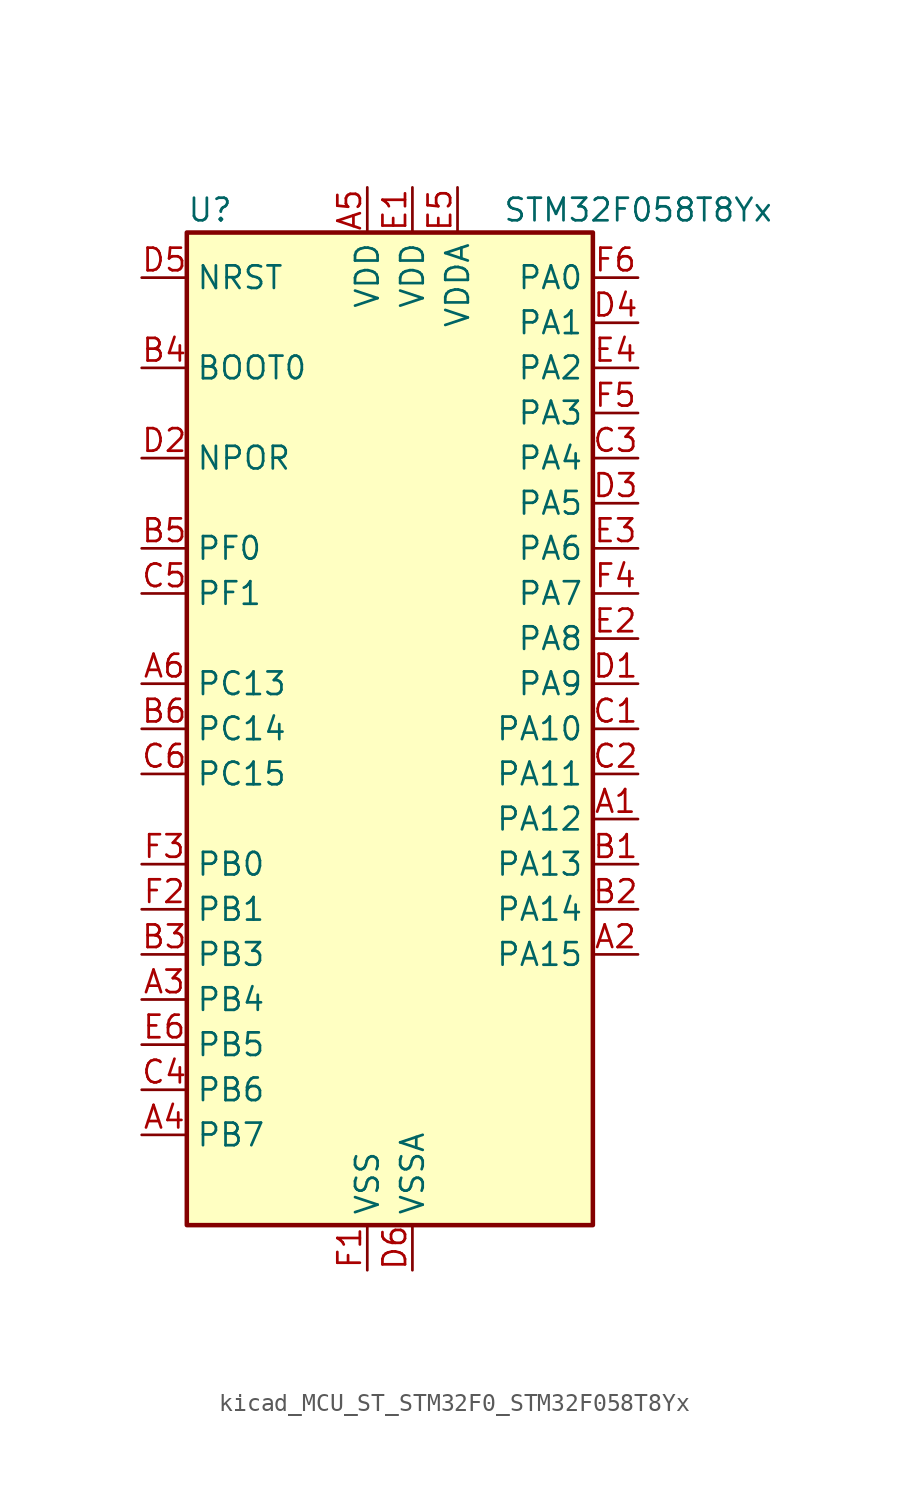
<source format=kicad_sym>
(kicad_symbol_lib
  (version 20220914)
  (generator kicad_symbol_editor)
  (symbol "kicad_MCU_ST_STM32F0_STM32F058T8Yx"
    (property "Reference" "U"
      (at -10.16 29.21 0)
      (effects (font (size 1.27 1.27)) (justify left)))
    (property "Value" "STM32F058T8Yx"
      (at 7.62 29.21 0)
      (effects (font (size 1.27 1.27)) (justify left)))
    (property "ki_locked" ""
      (at 0 0 0)
      (effects (font (size 1.27 1.27))))
    (symbol "kicad_MCU_ST_STM32F0_STM32F058T8Yx_0_1"
      (rectangle (start -10.16 -27.94) (end 12.7 27.94) (stroke (width 0.254) (type default)) (fill (type background))))
    (symbol "kicad_MCU_ST_STM32F0_STM32F058T8Yx_1_1"
      (pin bidirectional line (at 15.24 -5.08 180) (length 2.54) (name "PA12" (effects (font (size 1.27 1.27)))) (number "A1" (effects (font (size 1.27 1.27)))) (alternate "COMP2_OUT" bidirectional line) (alternate "TIM1_ETR" bidirectional line) (alternate "TSC_G4_IO4" bidirectional line) (alternate "USART1_DE" bidirectional line) (alternate "USART1_RTS" bidirectional line))
      (pin bidirectional line (at 15.24 -12.7 180) (length 2.54) (name "PA15" (effects (font (size 1.27 1.27)))) (number "A2" (effects (font (size 1.27 1.27)))) (alternate "I2S1_WS" bidirectional line) (alternate "SPI1_NSS" bidirectional line) (alternate "TIM2_CH1" bidirectional line) (alternate "TIM2_ETR" bidirectional line) (alternate "USART2_RX" bidirectional line))
      (pin bidirectional line (at -12.7 -15.24 0) (length 2.54) (name "PB4" (effects (font (size 1.27 1.27)))) (number "A3" (effects (font (size 1.27 1.27)))) (alternate "I2S1_MCK" bidirectional line) (alternate "SPI1_MISO" bidirectional line) (alternate "TIM3_CH1" bidirectional line) (alternate "TSC_G5_IO2" bidirectional line))
      (pin bidirectional line (at -12.7 -22.86 0) (length 2.54) (name "PB7" (effects (font (size 1.27 1.27)))) (number "A4" (effects (font (size 1.27 1.27)))) (alternate "I2C1_SDA" bidirectional line) (alternate "TIM17_CH1N" bidirectional line) (alternate "TSC_G5_IO4" bidirectional line) (alternate "USART1_RX" bidirectional line))
      (pin power_in line (at 0 30.48 270) (length 2.54) (name "VDD" (effects (font (size 1.27 1.27)))) (number "A5" (effects (font (size 1.27 1.27)))))
      (pin bidirectional line (at -12.7 2.54 0) (length 2.54) (name "PC13" (effects (font (size 1.27 1.27)))) (number "A6" (effects (font (size 1.27 1.27)))) (alternate "RTC_OUT_ALARM" bidirectional line) (alternate "RTC_OUT_CALIB" bidirectional line) (alternate "RTC_TAMP1" bidirectional line) (alternate "RTC_TS" bidirectional line) (alternate "SYS_WKUP2" bidirectional line))
      (pin bidirectional line (at 15.24 -7.62 180) (length 2.54) (name "PA13" (effects (font (size 1.27 1.27)))) (number "B1" (effects (font (size 1.27 1.27)))) (alternate "IR_OUT" bidirectional line) (alternate "SYS_SWDIO" bidirectional line))
      (pin bidirectional line (at 15.24 -10.16 180) (length 2.54) (name "PA14" (effects (font (size 1.27 1.27)))) (number "B2" (effects (font (size 1.27 1.27)))) (alternate "SYS_SWCLK" bidirectional line) (alternate "USART2_TX" bidirectional line))
      (pin bidirectional line (at -12.7 -12.7 0) (length 2.54) (name "PB3" (effects (font (size 1.27 1.27)))) (number "B3" (effects (font (size 1.27 1.27)))) (alternate "I2S1_CK" bidirectional line) (alternate "SPI1_SCK" bidirectional line) (alternate "TIM2_CH2" bidirectional line) (alternate "TSC_G5_IO1" bidirectional line))
      (pin input line (at -12.7 20.32 0) (length 2.54) (name "BOOT0" (effects (font (size 1.27 1.27)))) (number "B4" (effects (font (size 1.27 1.27)))))
      (pin bidirectional line (at -12.7 10.16 0) (length 2.54) (name "PF0" (effects (font (size 1.27 1.27)))) (number "B5" (effects (font (size 1.27 1.27)))) (alternate "RCC_OSC_IN" bidirectional line))
      (pin bidirectional line (at -12.7 0 0) (length 2.54) (name "PC14" (effects (font (size 1.27 1.27)))) (number "B6" (effects (font (size 1.27 1.27)))) (alternate "RCC_OSC32_IN" bidirectional line))
      (pin bidirectional line (at 15.24 0 180) (length 2.54) (name "PA10" (effects (font (size 1.27 1.27)))) (number "C1" (effects (font (size 1.27 1.27)))) (alternate "TIM17_BKIN" bidirectional line) (alternate "TIM1_CH3" bidirectional line) (alternate "TSC_G4_IO2" bidirectional line) (alternate "USART1_RX" bidirectional line))
      (pin bidirectional line (at 15.24 -2.54 180) (length 2.54) (name "PA11" (effects (font (size 1.27 1.27)))) (number "C2" (effects (font (size 1.27 1.27)))) (alternate "COMP1_OUT" bidirectional line) (alternate "TIM1_CH4" bidirectional line) (alternate "TSC_G4_IO3" bidirectional line) (alternate "USART1_CTS" bidirectional line))
      (pin bidirectional line (at 15.24 15.24 180) (length 2.54) (name "PA4" (effects (font (size 1.27 1.27)))) (number "C3" (effects (font (size 1.27 1.27)))) (alternate "ADC_IN4" bidirectional line) (alternate "COMP1_INM" bidirectional line) (alternate "COMP2_INM" bidirectional line) (alternate "DAC1_OUT1" bidirectional line) (alternate "I2S1_WS" bidirectional line) (alternate "SPI1_NSS" bidirectional line) (alternate "TIM14_CH1" bidirectional line) (alternate "TSC_G2_IO1" bidirectional line) (alternate "USART2_CK" bidirectional line))
      (pin bidirectional line (at -12.7 -20.32 0) (length 2.54) (name "PB6" (effects (font (size 1.27 1.27)))) (number "C4" (effects (font (size 1.27 1.27)))) (alternate "I2C1_SCL" bidirectional line) (alternate "TIM16_CH1N" bidirectional line) (alternate "TSC_G5_IO3" bidirectional line) (alternate "USART1_TX" bidirectional line))
      (pin bidirectional line (at -12.7 7.62 0) (length 2.54) (name "PF1" (effects (font (size 1.27 1.27)))) (number "C5" (effects (font (size 1.27 1.27)))) (alternate "RCC_OSC_OUT" bidirectional line))
      (pin bidirectional line (at -12.7 -2.54 0) (length 2.54) (name "PC15" (effects (font (size 1.27 1.27)))) (number "C6" (effects (font (size 1.27 1.27)))) (alternate "RCC_OSC32_OUT" bidirectional line))
      (pin bidirectional line (at 15.24 2.54 180) (length 2.54) (name "PA9" (effects (font (size 1.27 1.27)))) (number "D1" (effects (font (size 1.27 1.27)))) (alternate "DAC1_EXTI9" bidirectional line) (alternate "TIM15_BKIN" bidirectional line) (alternate "TIM1_CH2" bidirectional line) (alternate "TSC_G4_IO1" bidirectional line) (alternate "USART1_TX" bidirectional line))
      (pin input line (at -12.7 15.24 0) (length 2.54) (name "NPOR" (effects (font (size 1.27 1.27)))) (number "D2" (effects (font (size 1.27 1.27)))))
      (pin bidirectional line (at 15.24 12.7 180) (length 2.54) (name "PA5" (effects (font (size 1.27 1.27)))) (number "D3" (effects (font (size 1.27 1.27)))) (alternate "ADC_IN5" bidirectional line) (alternate "CEC" bidirectional line) (alternate "COMP1_INM" bidirectional line) (alternate "COMP2_INM" bidirectional line) (alternate "I2S1_CK" bidirectional line) (alternate "SPI1_SCK" bidirectional line) (alternate "TIM2_CH1" bidirectional line) (alternate "TIM2_ETR" bidirectional line) (alternate "TSC_G2_IO2" bidirectional line))
      (pin bidirectional line (at 15.24 22.86 180) (length 2.54) (name "PA1" (effects (font (size 1.27 1.27)))) (number "D4" (effects (font (size 1.27 1.27)))) (alternate "ADC_IN1" bidirectional line) (alternate "COMP1_INP" bidirectional line) (alternate "TIM2_CH2" bidirectional line) (alternate "TSC_G1_IO2" bidirectional line) (alternate "USART2_DE" bidirectional line) (alternate "USART2_RTS" bidirectional line))
      (pin input line (at -12.7 25.4 0) (length 2.54) (name "NRST" (effects (font (size 1.27 1.27)))) (number "D5" (effects (font (size 1.27 1.27)))))
      (pin power_in line (at 2.54 -30.48 90) (length 2.54) (name "VSSA" (effects (font (size 1.27 1.27)))) (number "D6" (effects (font (size 1.27 1.27)))))
      (pin power_in line (at 2.54 30.48 270) (length 2.54) (name "VDD" (effects (font (size 1.27 1.27)))) (number "E1" (effects (font (size 1.27 1.27)))))
      (pin bidirectional line (at 15.24 5.08 180) (length 2.54) (name "PA8" (effects (font (size 1.27 1.27)))) (number "E2" (effects (font (size 1.27 1.27)))) (alternate "RCC_MCO" bidirectional line) (alternate "TIM1_CH1" bidirectional line) (alternate "USART1_CK" bidirectional line))
      (pin bidirectional line (at 15.24 10.16 180) (length 2.54) (name "PA6" (effects (font (size 1.27 1.27)))) (number "E3" (effects (font (size 1.27 1.27)))) (alternate "ADC_IN6" bidirectional line) (alternate "COMP1_OUT" bidirectional line) (alternate "I2S1_MCK" bidirectional line) (alternate "SPI1_MISO" bidirectional line) (alternate "TIM16_CH1" bidirectional line) (alternate "TIM1_BKIN" bidirectional line) (alternate "TIM3_CH1" bidirectional line) (alternate "TSC_G2_IO3" bidirectional line))
      (pin bidirectional line (at 15.24 20.32 180) (length 2.54) (name "PA2" (effects (font (size 1.27 1.27)))) (number "E4" (effects (font (size 1.27 1.27)))) (alternate "ADC_IN2" bidirectional line) (alternate "COMP2_INM" bidirectional line) (alternate "COMP2_OUT" bidirectional line) (alternate "TIM15_CH1" bidirectional line) (alternate "TIM2_CH3" bidirectional line) (alternate "TSC_G1_IO3" bidirectional line) (alternate "USART2_TX" bidirectional line))
      (pin power_in line (at 5.08 30.48 270) (length 2.54) (name "VDDA" (effects (font (size 1.27 1.27)))) (number "E5" (effects (font (size 1.27 1.27)))))
      (pin bidirectional line (at -12.7 -17.78 0) (length 2.54) (name "PB5" (effects (font (size 1.27 1.27)))) (number "E6" (effects (font (size 1.27 1.27)))) (alternate "I2C1_SMBA" bidirectional line) (alternate "I2S1_SD" bidirectional line) (alternate "SPI1_MOSI" bidirectional line) (alternate "TIM16_BKIN" bidirectional line) (alternate "TIM3_CH2" bidirectional line))
      (pin power_in line (at 0 -30.48 90) (length 2.54) (name "VSS" (effects (font (size 1.27 1.27)))) (number "F1" (effects (font (size 1.27 1.27)))))
      (pin bidirectional line (at -12.7 -10.16 0) (length 2.54) (name "PB1" (effects (font (size 1.27 1.27)))) (number "F2" (effects (font (size 1.27 1.27)))) (alternate "ADC_IN9" bidirectional line) (alternate "TIM14_CH1" bidirectional line) (alternate "TIM1_CH3N" bidirectional line) (alternate "TIM3_CH4" bidirectional line) (alternate "TSC_G3_IO3" bidirectional line))
      (pin bidirectional line (at -12.7 -7.62 0) (length 2.54) (name "PB0" (effects (font (size 1.27 1.27)))) (number "F3" (effects (font (size 1.27 1.27)))) (alternate "ADC_IN8" bidirectional line) (alternate "TIM1_CH2N" bidirectional line) (alternate "TIM3_CH3" bidirectional line) (alternate "TSC_G3_IO2" bidirectional line))
      (pin bidirectional line (at 15.24 7.62 180) (length 2.54) (name "PA7" (effects (font (size 1.27 1.27)))) (number "F4" (effects (font (size 1.27 1.27)))) (alternate "ADC_IN7" bidirectional line) (alternate "COMP2_OUT" bidirectional line) (alternate "I2S1_SD" bidirectional line) (alternate "SPI1_MOSI" bidirectional line) (alternate "TIM14_CH1" bidirectional line) (alternate "TIM17_CH1" bidirectional line) (alternate "TIM1_CH1N" bidirectional line) (alternate "TIM3_CH2" bidirectional line) (alternate "TSC_G2_IO4" bidirectional line))
      (pin bidirectional line (at 15.24 17.78 180) (length 2.54) (name "PA3" (effects (font (size 1.27 1.27)))) (number "F5" (effects (font (size 1.27 1.27)))) (alternate "ADC_IN3" bidirectional line) (alternate "COMP2_INP" bidirectional line) (alternate "TIM15_CH2" bidirectional line) (alternate "TIM2_CH4" bidirectional line) (alternate "TSC_G1_IO4" bidirectional line) (alternate "USART2_RX" bidirectional line))
      (pin bidirectional line (at 15.24 25.4 180) (length 2.54) (name "PA0" (effects (font (size 1.27 1.27)))) (number "F6" (effects (font (size 1.27 1.27)))) (alternate "ADC_IN0" bidirectional line) (alternate "COMP1_INM" bidirectional line) (alternate "COMP1_OUT" bidirectional line) (alternate "RTC_TAMP2" bidirectional line) (alternate "SYS_WKUP1" bidirectional line) (alternate "TIM2_CH1" bidirectional line) (alternate "TIM2_ETR" bidirectional line) (alternate "TSC_G1_IO1" bidirectional line) (alternate "USART2_CTS" bidirectional line)))))
</source>
